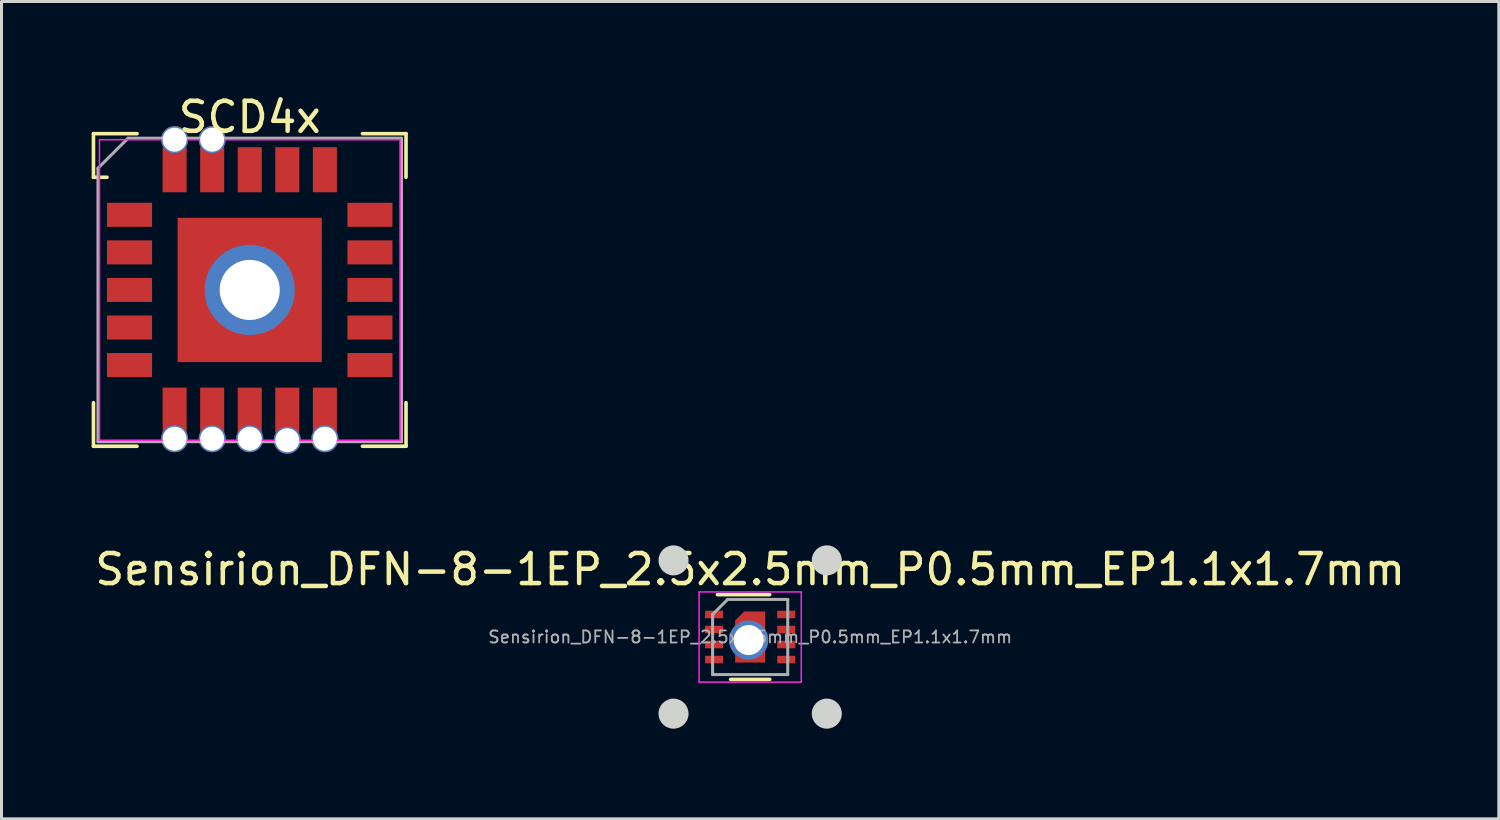
<source format=kicad_pcb>
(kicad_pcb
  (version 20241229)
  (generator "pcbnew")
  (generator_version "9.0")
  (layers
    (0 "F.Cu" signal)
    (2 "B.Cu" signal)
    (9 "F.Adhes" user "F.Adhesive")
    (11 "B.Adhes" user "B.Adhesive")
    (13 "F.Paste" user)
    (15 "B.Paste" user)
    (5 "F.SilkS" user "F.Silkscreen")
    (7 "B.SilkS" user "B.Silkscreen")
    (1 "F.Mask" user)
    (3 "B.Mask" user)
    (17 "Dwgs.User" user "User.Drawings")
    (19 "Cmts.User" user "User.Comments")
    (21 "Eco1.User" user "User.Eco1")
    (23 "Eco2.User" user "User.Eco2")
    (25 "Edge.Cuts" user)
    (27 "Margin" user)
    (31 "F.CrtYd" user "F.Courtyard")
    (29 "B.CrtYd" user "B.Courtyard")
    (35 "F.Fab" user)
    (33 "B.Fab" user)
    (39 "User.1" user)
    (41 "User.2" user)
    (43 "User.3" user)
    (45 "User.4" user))
  (footprint "Sensirion_DFN-8-1EP_2.5x2.5mm_P0.5mm_EP1.1x1.7mm"
    (layer "F.Cu")
    (at 21.911 18.146)
    (property "Reference" "Sensirion_DFN-8-1EP_2.5x2.5mm_P0.5mm_EP1.1x1.7mm" (at 0 -2.25 0) (layer "F.SilkS") (effects (font (size 1 1) (thickness 0.15))))
    (attr smd)
    (fp_line (start -1.09 -1.41) (end 0.65 -1.41) (stroke (width 0.12) (type solid)) (layer "F.SilkS"))
    (fp_line (start -0.65 1.41) (end 0.65 1.41) (stroke (width 0.12) (type solid)) (layer "F.SilkS"))
    (fp_circle (center -2.55 -2.55) (end -2.05 -2.55) (stroke (width 0) (type solid)) (fill yes) (layer "Edge.Cuts"))
    (fp_circle (center -2.55 2.55) (end -2.05 2.55) (stroke (width 0) (type solid)) (fill yes) (layer "Edge.Cuts"))
    (fp_circle (center 2.55 -2.55) (end 3.05 -2.55) (stroke (width 0) (type solid)) (fill yes) (layer "Edge.Cuts"))
    (fp_circle (center 2.55 2.55) (end 3.05 2.55) (stroke (width 0) (type solid)) (fill yes) (layer "Edge.Cuts"))
    (fp_line (start -1.7 -1.5) (end -1.7 1.5) (stroke (width 0.05) (type solid)) (layer "F.CrtYd"))
    (fp_line (start -1.7 -1.5) (end 1.7 -1.5) (stroke (width 0.05) (type solid)) (layer "F.CrtYd"))
    (fp_line (start -1.7 1.5) (end 1.7 1.5) (stroke (width 0.05) (type solid)) (layer "F.CrtYd"))
    (fp_line (start 1.7 -1.5) (end 1.7 1.5) (stroke (width 0.05) (type solid)) (layer "F.CrtYd"))
    (fp_line (start -1.25 -0.75) (end -0.75 -1.25) (stroke (width 0.1) (type solid)) (layer "F.Fab"))
    (fp_line (start -1.25 1.25) (end -1.25 -0.75) (stroke (width 0.1) (type solid)) (layer "F.Fab"))
    (fp_line (start -0.75 -1.25) (end 1.25 -1.25) (stroke (width 0.1) (type solid)) (layer "F.Fab"))
    (fp_line (start 1.25 -1.25) (end 1.25 1.25) (stroke (width 0.1) (type solid)) (layer "F.Fab"))
    (fp_line (start 1.25 1.25) (end -1.25 1.25) (stroke (width 0.1) (type solid)) (layer "F.Fab"))
    (fp_text user "${REFERENCE}" (at 0 0 0) (layer "F.Fab") (effects (font (size 0.4 0.4) (thickness 0.06))))
    (pad "" smd custom (at 0 0) (size 0.9 0.9) (layers "F.Paste") (options (anchor rect)) (primitives (gr_poly (pts (xy 0.45 0.8) (xy -0.45 0.8) (xy -0.45 -0.53) (xy -0.18 -0.8) (xy 0.45 -0.8)) (width 0) (fill yes))))
    (pad "1" smd rect (at -1.2 -0.75) (size 0.6 0.25) (layers "F.Cu" "F.Mask" "F.Paste"))
    (pad "2" smd rect (at -1.2 -0.25) (size 0.6 0.25) (layers "F.Cu" "F.Mask" "F.Paste"))
    (pad "3" smd rect (at -1.2 0.25) (size 0.6 0.25) (layers "F.Cu" "F.Mask" "F.Paste"))
    (pad "4" smd rect (at -1.2 0.75 180) (size 0.6 0.25) (layers "F.Cu" "F.Mask" "F.Paste"))
    (pad "5" smd rect (at 1.2 0.75) (size 0.6 0.25) (layers "F.Cu" "F.Mask" "F.Paste"))
    (pad "6" smd rect (at 1.2 0.25) (size 0.6 0.25) (layers "F.Cu" "F.Mask" "F.Paste"))
    (pad "7" smd rect (at 1.2 -0.25) (size 0.6 0.25) (layers "F.Cu" "F.Mask" "F.Paste"))
    (pad "8" smd rect (at 1.2 -0.75) (size 0.6 0.25) (layers "F.Cu" "F.Mask" "F.Paste"))
    (pad "9" thru_hole circle (at -0.05 0.1) (size 1.3 1.3) (drill 1) (layers "*.Cu" "*.Mask"))
    (pad "9" smd custom (at 0 0) (size 1 1) (layers "F.Cu" "F.Mask") (options (anchor circle)) (primitives (gr_poly (pts (xy 0.5 0.85) (xy -0.5 0.85) (xy -0.5 -0.55) (xy -0.2 -0.85) (xy 0.5 -0.85)) (width 0) (fill yes)))))
  (footprint "SCD4x"
    (layer "F.Cu")
    (at 5.26 6.598)
    (property "Reference" "SCD4x" (at 0 -5.75 0) (layer "F.SilkS") (effects (font (size 1 1) (thickness 0.15))))
    (attr through_hole)
    (fp_line (start -5.2 -5.2) (end -5.2 -3.75) (stroke (width 0.12) (type solid)) (layer "F.SilkS"))
    (fp_line (start -5.2 -3.75) (end -4.75 -3.75) (stroke (width 0.12) (type solid)) (layer "F.SilkS"))
    (fp_line (start -5.2 5.2) (end -5.2 3.75) (stroke (width 0.12) (type solid)) (layer "F.SilkS"))
    (fp_line (start -3.75 -5.2) (end -5.2 -5.2) (stroke (width 0.12) (type solid)) (layer "F.SilkS"))
    (fp_line (start -3.75 5.2) (end -5.2 5.2) (stroke (width 0.12) (type solid)) (layer "F.SilkS"))
    (fp_line (start 3.75 -5.2) (end 5.2 -5.2) (stroke (width 0.12) (type solid)) (layer "F.SilkS"))
    (fp_line (start 3.75 5.2) (end 5.2 5.2) (stroke (width 0.12) (type solid)) (layer "F.SilkS"))
    (fp_line (start 5.2 -5.2) (end 5.2 -3.75) (stroke (width 0.12) (type solid)) (layer "F.SilkS"))
    (fp_line (start 5.2 5.2) (end 5.2 3.75) (stroke (width 0.12) (type solid)) (layer "F.SilkS"))
    (fp_line (start -5 -5) (end 5 -5) (stroke (width 0.05) (type solid)) (layer "F.CrtYd"))
    (fp_line (start -5 5) (end -5 -5) (stroke (width 0.05) (type solid)) (layer "F.CrtYd"))
    (fp_line (start 5 -5) (end 5 5) (stroke (width 0.05) (type solid)) (layer "F.CrtYd"))
    (fp_line (start 5 5) (end -5 5) (stroke (width 0.05) (type solid)) (layer "F.CrtYd"))
    (fp_line (start -5.05 -4.05) (end -5.05 5.05) (stroke (width 0.1) (type solid)) (layer "F.Fab"))
    (fp_line (start -5.05 5.05) (end 5.05 5.05) (stroke (width 0.1) (type solid)) (layer "F.Fab"))
    (fp_line (start -4.05 -5.05) (end -5.05 -4.05) (stroke (width 0.1) (type solid)) (layer "F.Fab"))
    (fp_line (start 5.05 -5.05) (end -4.05 -5.05) (stroke (width 0.1) (type solid)) (layer "F.Fab"))
    (fp_line (start 5.05 5.05) (end 5.05 -5.05) (stroke (width 0.1) (type solid)) (layer "F.Fab"))
    (pad "1" smd rect (at -4 -2.5 90) (size 0.8 1.5) (layers "F.Cu" "F.Mask" "F.Paste"))
    (pad "2" smd rect (at -4 -1.25 90) (size 0.8 1.5) (layers "F.Cu" "F.Mask" "F.Paste"))
    (pad "3" smd rect (at -4 0 90) (size 0.8 1.5) (layers "F.Cu" "F.Mask" "F.Paste"))
    (pad "4" smd rect (at -4 1.25 90) (size 0.8 1.5) (layers "F.Cu" "F.Mask" "F.Paste"))
    (pad "5" smd rect (at -4 2.5 90) (size 0.8 1.5) (layers "F.Cu" "F.Mask" "F.Paste"))
    (pad "6" smd rect (at -2.5 4) (size 0.8 1.5) (layers "F.Cu" "F.Mask" "F.Paste"))
    (pad "6" thru_hole circle (at -2.5 4.95) (size 0.9 0.9) (drill 0.8) (layers "*.Cu" "*.Mask"))
    (pad "7" smd rect (at -1.25 4) (size 0.8 1.5) (layers "F.Cu" "F.Mask" "F.Paste"))
    (pad "7" thru_hole circle (at -1.25 4.95) (size 0.9 0.9) (drill 0.8) (layers "*.Cu" "*.Mask"))
    (pad "8" smd rect (at 0 4) (size 0.8 1.5) (layers "F.Cu" "F.Mask" "F.Paste"))
    (pad "8" thru_hole circle (at 0 4.95) (size 0.9 0.9) (drill 0.8) (layers "*.Cu" "*.Mask"))
    (pad "9" smd rect (at 1.25 4) (size 0.8 1.5) (layers "F.Cu" "F.Mask" "F.Paste"))
    (pad "9" thru_hole circle (at 1.25 5) (size 0.9 0.9) (drill 0.8) (layers "*.Cu" "*.Mask"))
    (pad "10" smd rect (at 2.5 4) (size 0.8 1.5) (layers "F.Cu" "F.Mask" "F.Paste"))
    (pad "10" thru_hole circle (at 2.5 4.95) (size 0.9 0.9) (drill 0.8) (layers "*.Cu" "*.Mask"))
    (pad "11" smd rect (at 4 2.5 90) (size 0.8 1.5) (layers "F.Cu" "F.Mask" "F.Paste"))
    (pad "12" smd rect (at 4 1.25 90) (size 0.8 1.5) (layers "F.Cu" "F.Mask" "F.Paste"))
    (pad "13" smd rect (at 4 0 90) (size 0.8 1.5) (layers "F.Cu" "F.Mask" "F.Paste"))
    (pad "14" smd rect (at 4 -1.25 90) (size 0.8 1.5) (layers "F.Cu" "F.Mask" "F.Paste"))
    (pad "15" smd rect (at 4 -2.5 90) (size 0.8 1.5) (layers "F.Cu" "F.Mask" "F.Paste"))
    (pad "16" smd rect (at 2.5 -4) (size 0.8 1.5) (layers "F.Cu" "F.Mask" "F.Paste"))
    (pad "17" smd rect (at 1.25 -4) (size 0.8 1.5) (layers "F.Cu" "F.Mask" "F.Paste"))
    (pad "18" smd rect (at 0 -4) (size 0.8 1.5) (layers "F.Cu" "F.Mask" "F.Paste"))
    (pad "19" thru_hole circle (at -1.25 -5) (size 0.9 0.9) (drill 0.8) (layers "*.Cu" "*.Mask"))
    (pad "19" smd rect (at -1.25 -4) (size 0.8 1.5) (layers "F.Cu" "F.Mask" "F.Paste"))
    (pad "20" thru_hole circle (at -2.5 -5) (size 0.9 0.9) (drill 0.8) (layers "*.Cu" "*.Mask"))
    (pad "20" smd rect (at -2.5 -4) (size 0.8 1.5) (layers "F.Cu" "F.Mask" "F.Paste"))
    (pad "21" thru_hole circle (at 0 0) (size 3 3) (drill 2) (layers "*.Cu" "*.Mask"))
    (pad "21" smd rect (at 0 0) (size 4.8 4.8) (layers "F.Cu" "F.Mask" "F.Paste")))
  (gr_rect
    (start -3 -3)
    (end 46.821 24.197)
    (stroke (width 0.1) (type default))
    (fill no)
    (layer "Edge.Cuts")))
</source>
